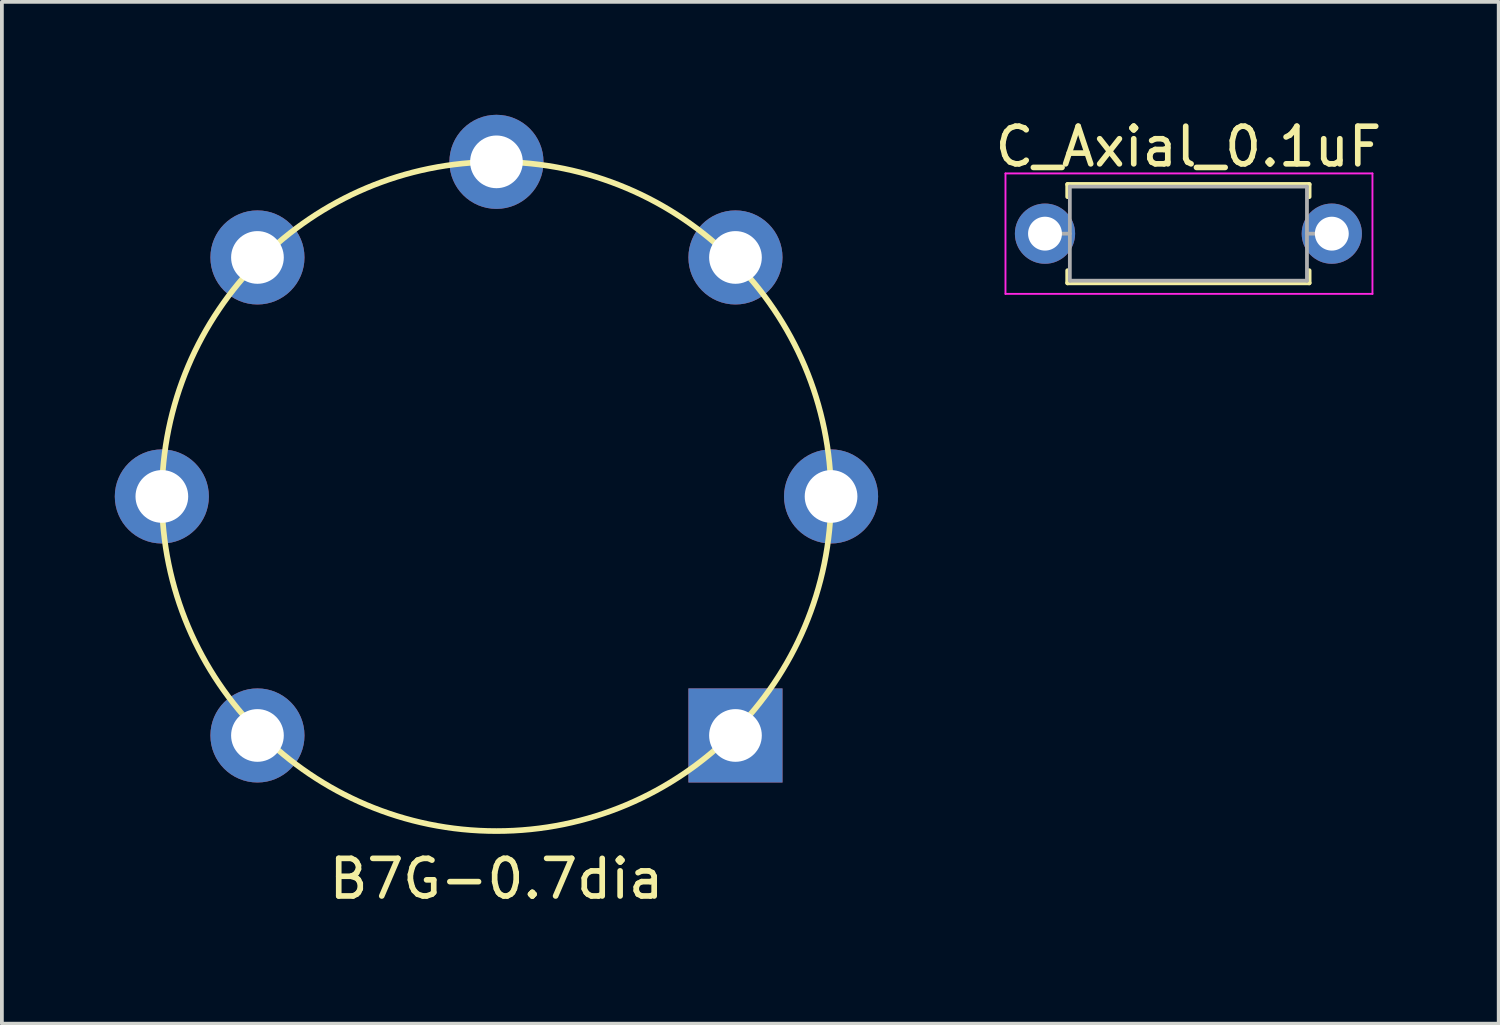
<source format=kicad_pcb>
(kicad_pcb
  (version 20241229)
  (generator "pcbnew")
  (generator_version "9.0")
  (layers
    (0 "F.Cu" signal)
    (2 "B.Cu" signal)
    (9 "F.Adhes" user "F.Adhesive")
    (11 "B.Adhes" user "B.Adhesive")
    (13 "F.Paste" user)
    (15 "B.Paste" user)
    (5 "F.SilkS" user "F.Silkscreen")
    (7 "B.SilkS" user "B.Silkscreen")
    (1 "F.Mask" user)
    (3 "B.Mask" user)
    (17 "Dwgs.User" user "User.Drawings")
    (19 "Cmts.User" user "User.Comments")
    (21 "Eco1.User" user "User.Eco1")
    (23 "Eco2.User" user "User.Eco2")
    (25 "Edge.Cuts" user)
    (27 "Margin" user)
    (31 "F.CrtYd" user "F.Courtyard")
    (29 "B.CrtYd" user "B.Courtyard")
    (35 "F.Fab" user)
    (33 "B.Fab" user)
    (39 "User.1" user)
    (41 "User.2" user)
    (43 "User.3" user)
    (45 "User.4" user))
  (footprint "B7G-0.7dia"
    (layer "F.Cu")
    (at 10.14 10.14)
    (property "Reference" "B7G-0.7dia" (at 0 10.16 0) (layer "F.SilkS") (effects (font (size 1 1) (thickness 0.15))))
    (attr exclude_from_pos_files exclude_from_bom)
    (fp_circle (center 0 0) (end 8.89 0) (stroke (width 0.15) (type solid)) (fill no) (layer "F.SilkS"))
    (pad "1" thru_hole rect (at 6.35 6.35) (size 2.5 2.5) (drill 1.4) (layers "*.Cu" "*.Paste" "*.Mask"))
    (pad "2" thru_hole circle (at 8.89 0) (size 2.5 2.5) (drill 1.4) (layers "*.Cu" "*.Paste" "*.Mask"))
    (pad "3" thru_hole circle (at 6.35 -6.35) (size 2.5 2.5) (drill 1.4) (layers "*.Cu" "*.Paste" "*.Mask"))
    (pad "4" thru_hole circle (at 0 -8.89) (size 2.5 2.5) (drill 1.4) (layers "*.Cu" "*.Paste" "*.Mask"))
    (pad "5" thru_hole circle (at -6.35 -6.35) (size 2.5 2.5) (drill 1.4) (layers "*.Cu" "*.Paste" "*.Mask"))
    (pad "6" thru_hole circle (at -8.89 0) (size 2.5 2.5) (drill 1.4) (layers "*.Cu" "*.Paste" "*.Mask"))
    (pad "7" thru_hole circle (at -6.35 6.35) (size 2.5 2.5) (drill 1.4) (layers "*.Cu" "*.Paste" "*.Mask")))
  (footprint "C_Axial_0.1uF"
    (layer "F.Cu")
    (at 24.714 3.158)
    (property "Reference" "C_Axial_0.1uF" (at 3.81 -2.31 0) (layer "F.SilkS") (effects (font (size 1 1) (thickness 0.15))))
    (attr through_hole)
    (fp_line (start 0.6 -1.31) (end 7.02 -1.31) (stroke (width 0.12) (type solid)) (layer "F.SilkS"))
    (fp_line (start 0.6 -0.98) (end 0.6 -1.31) (stroke (width 0.12) (type solid)) (layer "F.SilkS"))
    (fp_line (start 0.6 0.98) (end 0.6 1.31) (stroke (width 0.12) (type solid)) (layer "F.SilkS"))
    (fp_line (start 0.6 1.31) (end 7.02 1.31) (stroke (width 0.12) (type solid)) (layer "F.SilkS"))
    (fp_line (start 7.02 -1.31) (end 7.02 -0.98) (stroke (width 0.12) (type solid)) (layer "F.SilkS"))
    (fp_line (start 7.02 1.31) (end 7.02 0.98) (stroke (width 0.12) (type solid)) (layer "F.SilkS"))
    (fp_line (start -1.05 -1.6) (end -1.05 1.6) (stroke (width 0.05) (type solid)) (layer "F.CrtYd"))
    (fp_line (start -1.05 1.6) (end 8.7 1.6) (stroke (width 0.05) (type solid)) (layer "F.CrtYd"))
    (fp_line (start 8.7 -1.6) (end -1.05 -1.6) (stroke (width 0.05) (type solid)) (layer "F.CrtYd"))
    (fp_line (start 8.7 1.6) (end 8.7 -1.6) (stroke (width 0.05) (type solid)) (layer "F.CrtYd"))
    (fp_line (start 0 0) (end 0.66 0) (stroke (width 0.1) (type solid)) (layer "F.Fab"))
    (fp_line (start 0.66 -1.25) (end 0.66 1.25) (stroke (width 0.1) (type solid)) (layer "F.Fab"))
    (fp_line (start 0.66 1.25) (end 6.96 1.25) (stroke (width 0.1) (type solid)) (layer "F.Fab"))
    (fp_line (start 6.96 -1.25) (end 0.66 -1.25) (stroke (width 0.1) (type solid)) (layer "F.Fab"))
    (fp_line (start 6.96 1.25) (end 6.96 -1.25) (stroke (width 0.1) (type solid)) (layer "F.Fab"))
    (fp_line (start 7.62 0) (end 6.96 0) (stroke (width 0.1) (type solid)) (layer "F.Fab"))
    (pad "1" thru_hole circle (at 0 0) (size 1.6 1.6) (drill 0.9) (layers "*.Cu" "*.Mask"))
    (pad "2" thru_hole oval (at 7.62 0) (size 1.6 1.6) (drill 0.9) (layers "*.Cu" "*.Mask")))
  (gr_rect
    (start -3 -3)
    (end 36.768 24.148)
    (stroke (width 0.1) (type default))
    (fill no)
    (layer "Edge.Cuts")))
</source>
